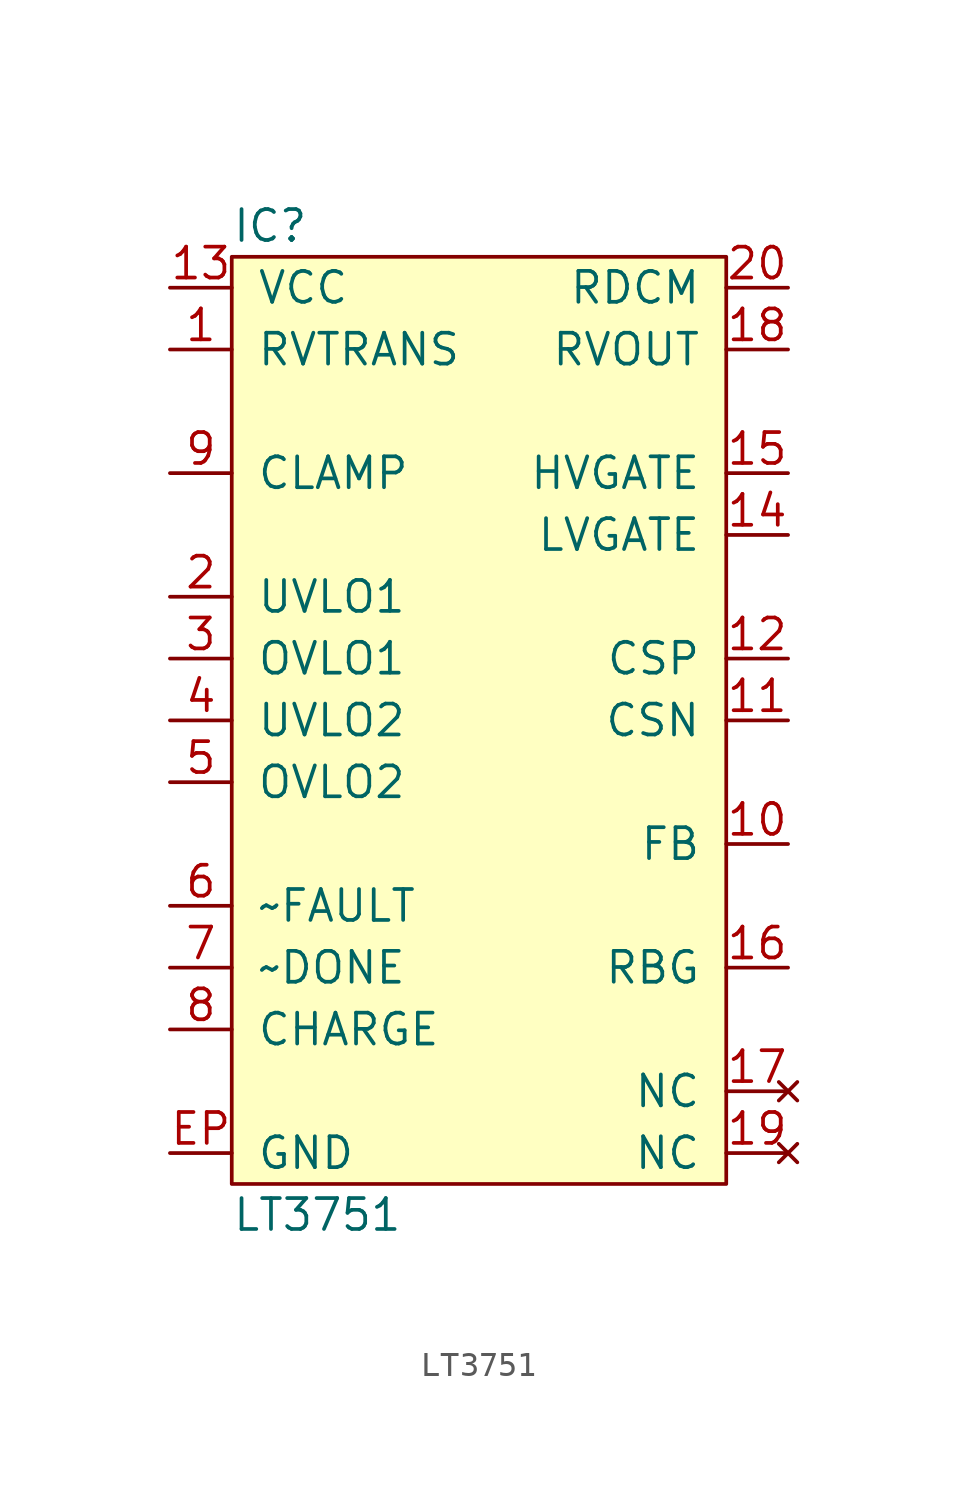
<source format=kicad_sym>
(kicad_symbol_lib
  (version 20211014)
  (generator agg_kicad.build_lib_ic)
  (symbol "LT3751"
    (pin_names
      (offset 1.016))
    (property Reference IC
      (at -10.16 20.32 0)
      (effects (font (size 1.27 1.27)) (justify left)))
    (property Value "LT3751"
      (at -10.16 -20.32 0)
      (effects (font (size 1.27 1.27)) (justify left)))
    (symbol "LT3751_0_0"
      (rectangle (start -10.16 19.05) (end 10.16 -19.05) (stroke (width 0) (type default) (color 0 0 0 0)) (fill (type background)))
      (pin power_in line (at -12.7 17.78 0) (length 2.54) (name VCC (effects (font (size 1.27 1.27)))) (number "13" (effects (font (size 1.27 1.27)))))
      (pin passive line (at -12.7 15.24 0) (length 2.54) (name RVTRANS (effects (font (size 1.27 1.27)))) (number "1" (effects (font (size 1.27 1.27)))))
      (pin passive line (at -12.7 10.16 0) (length 2.54) (name CLAMP (effects (font (size 1.27 1.27)))) (number "9" (effects (font (size 1.27 1.27)))))
      (pin input line (at -12.7 5.08 0) (length 2.54) (name "UVLO1" (effects (font (size 1.27 1.27)))) (number "2" (effects (font (size 1.27 1.27)))))
      (pin input line (at -12.7 2.54 0) (length 2.54) (name "OVLO1" (effects (font (size 1.27 1.27)))) (number "3" (effects (font (size 1.27 1.27)))))
      (pin input line (at -12.7 0 0) (length 2.54) (name "UVLO2" (effects (font (size 1.27 1.27)))) (number "4" (effects (font (size 1.27 1.27)))))
      (pin input line (at -12.7 -2.54 0) (length 2.54) (name "OVLO2" (effects (font (size 1.27 1.27)))) (number "5" (effects (font (size 1.27 1.27)))))
      (pin open_collector line (at -12.7 -7.62 0) (length 2.54) (name "~FAULT" (effects (font (size 1.27 1.27)))) (number "6" (effects (font (size 1.27 1.27)))))
      (pin open_collector line (at -12.7 -10.16 0) (length 2.54) (name "~DONE" (effects (font (size 1.27 1.27)))) (number "7" (effects (font (size 1.27 1.27)))))
      (pin input line (at -12.7 -12.7 0) (length 2.54) (name CHARGE (effects (font (size 1.27 1.27)))) (number "8" (effects (font (size 1.27 1.27)))))
      (pin power_in line (at -12.7 -17.78 0) (length 2.54) (name GND (effects (font (size 1.27 1.27)))) (number EP (effects (font (size 1.27 1.27)))))
      (pin passive line (at 12.7 17.78 180) (length 2.54) (name RDCM (effects (font (size 1.27 1.27)))) (number "20" (effects (font (size 1.27 1.27)))))
      (pin passive line (at 12.7 15.24 180) (length 2.54) (name RVOUT (effects (font (size 1.27 1.27)))) (number "18" (effects (font (size 1.27 1.27)))))
      (pin output line (at 12.7 10.16 180) (length 2.54) (name HVGATE (effects (font (size 1.27 1.27)))) (number "15" (effects (font (size 1.27 1.27)))))
      (pin passive line (at 12.7 7.62 180) (length 2.54) (name LVGATE (effects (font (size 1.27 1.27)))) (number "14" (effects (font (size 1.27 1.27)))))
      (pin input line (at 12.7 2.54 180) (length 2.54) (name CSP (effects (font (size 1.27 1.27)))) (number "12" (effects (font (size 1.27 1.27)))))
      (pin input line (at 12.7 0 180) (length 2.54) (name CSN (effects (font (size 1.27 1.27)))) (number "11" (effects (font (size 1.27 1.27)))))
      (pin input line (at 12.7 -5.08 180) (length 2.54) (name FB (effects (font (size 1.27 1.27)))) (number "10" (effects (font (size 1.27 1.27)))))
      (pin passive line (at 12.7 -10.16 180) (length 2.54) (name RBG (effects (font (size 1.27 1.27)))) (number "16" (effects (font (size 1.27 1.27)))))
      (pin no_connect line (at 12.7 -15.24 180) (length 2.54) (name NC (effects (font (size 1.27 1.27)))) (number "17" (effects (font (size 1.27 1.27)))))
      (pin no_connect line (at 12.7 -17.78 180) (length 2.54) (name NC (effects (font (size 1.27 1.27)))) (number "19" (effects (font (size 1.27 1.27))))))))
</source>
